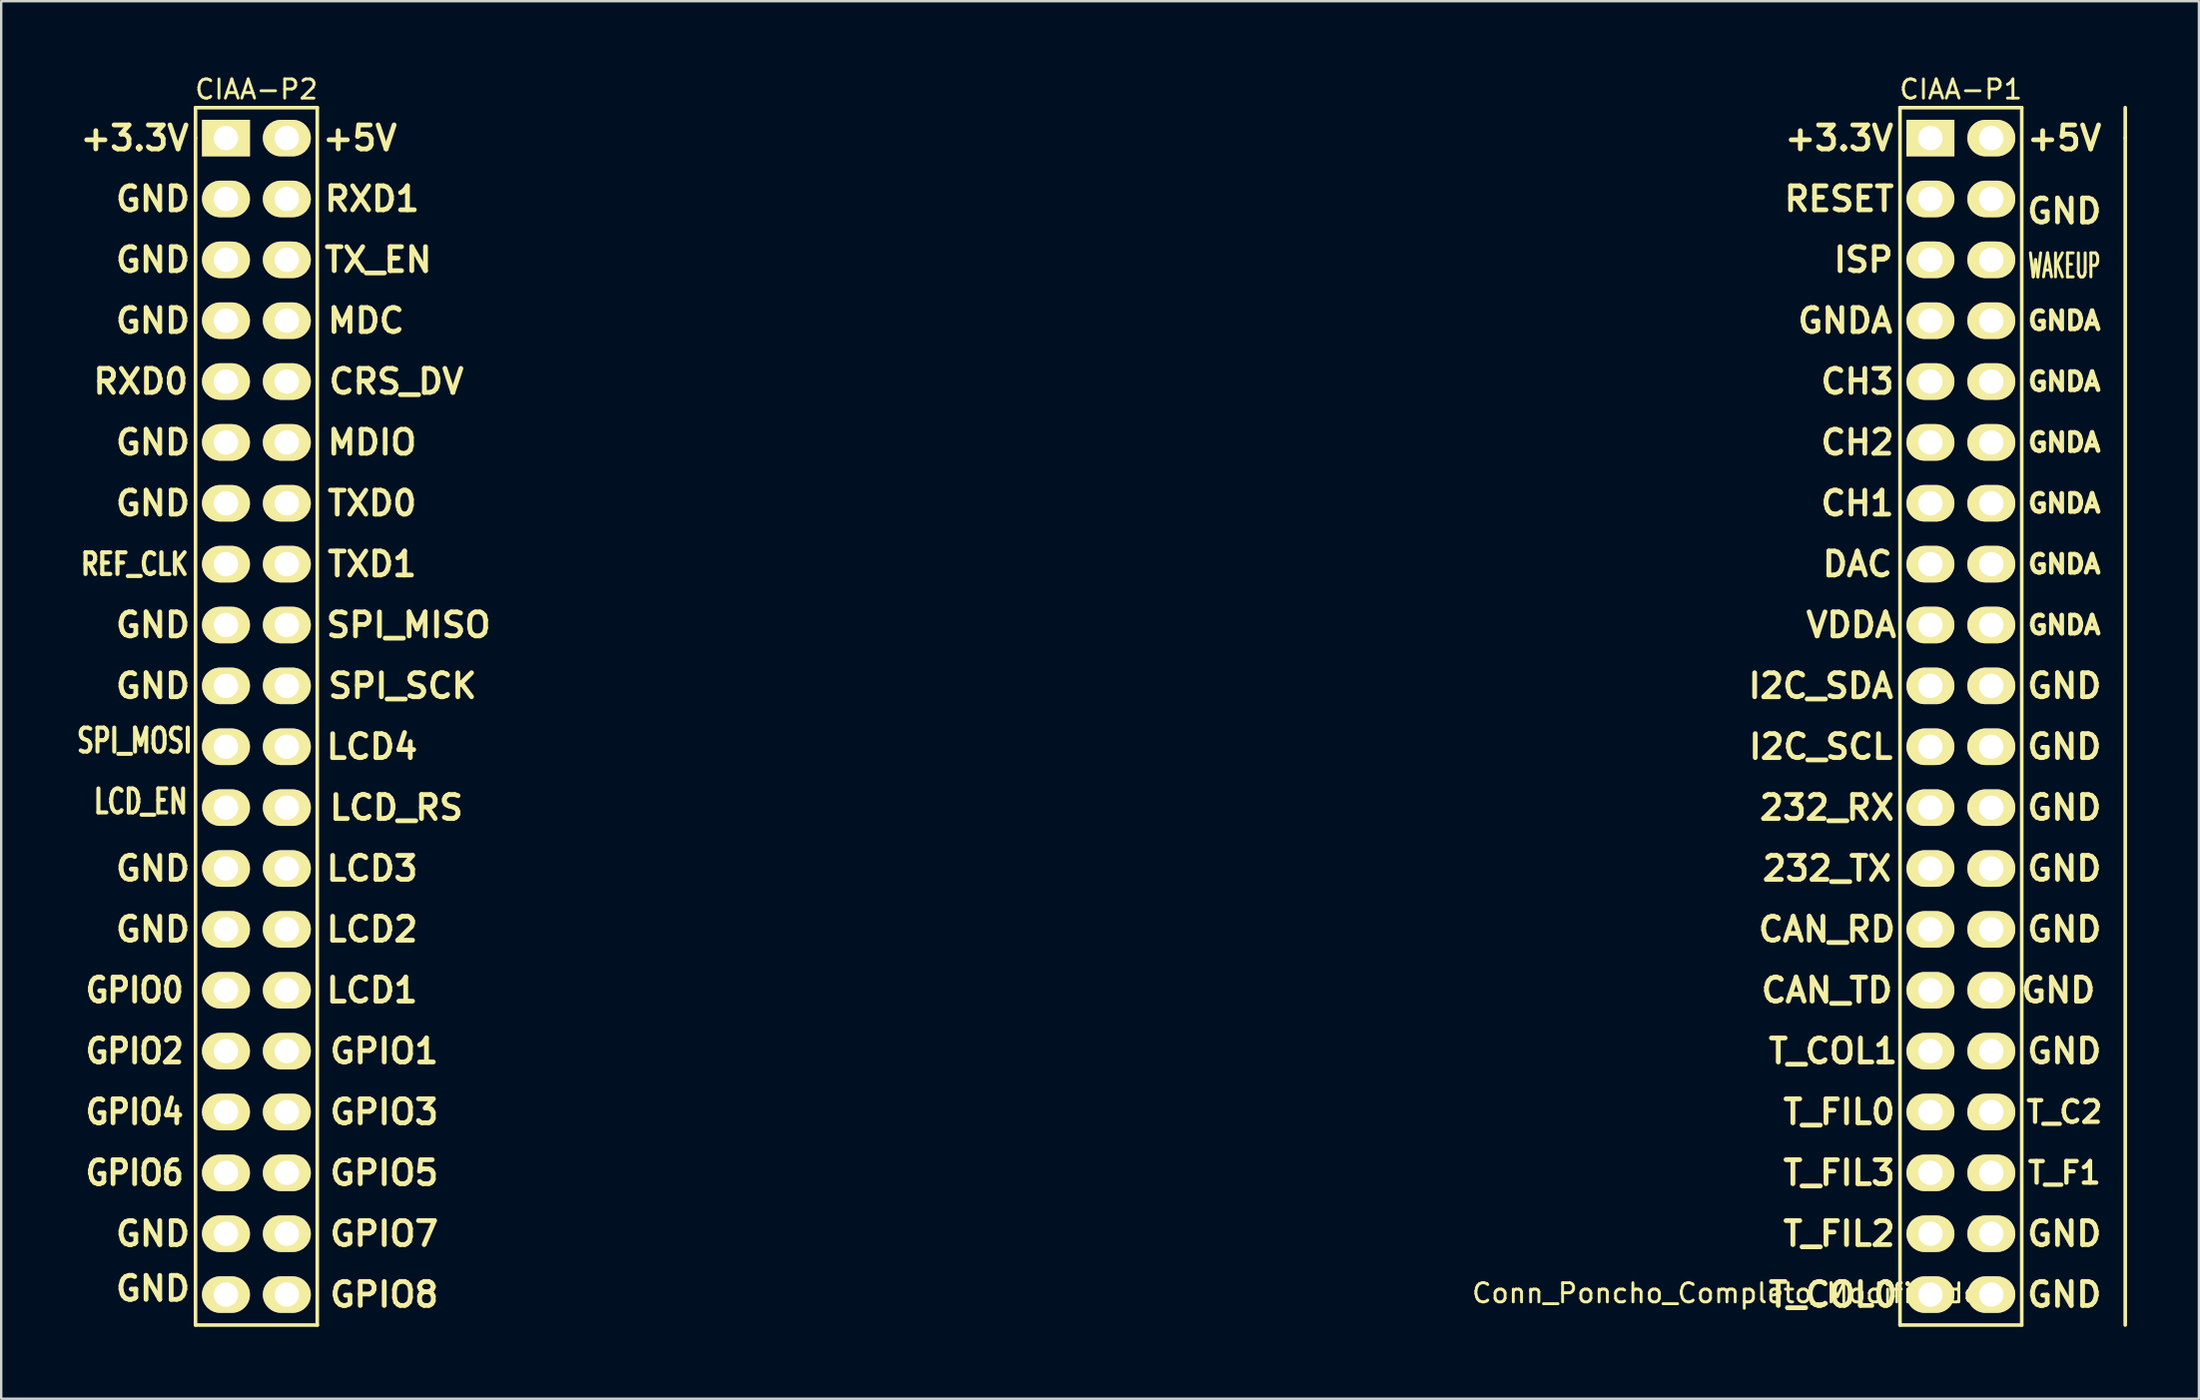
<source format=kicad_pcb>
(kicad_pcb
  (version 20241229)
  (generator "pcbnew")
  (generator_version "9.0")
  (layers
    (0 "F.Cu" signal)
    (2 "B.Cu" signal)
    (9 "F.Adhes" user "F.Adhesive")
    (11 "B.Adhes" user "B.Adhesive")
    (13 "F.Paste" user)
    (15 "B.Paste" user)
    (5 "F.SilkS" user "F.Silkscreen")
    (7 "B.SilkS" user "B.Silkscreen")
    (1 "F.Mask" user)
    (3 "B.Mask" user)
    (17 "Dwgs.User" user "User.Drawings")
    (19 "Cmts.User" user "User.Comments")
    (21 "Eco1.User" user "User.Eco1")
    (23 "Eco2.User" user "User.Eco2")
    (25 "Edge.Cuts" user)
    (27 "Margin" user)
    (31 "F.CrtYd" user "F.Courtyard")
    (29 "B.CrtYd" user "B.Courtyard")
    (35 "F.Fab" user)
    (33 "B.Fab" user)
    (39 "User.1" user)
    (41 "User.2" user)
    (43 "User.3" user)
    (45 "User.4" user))
  (footprint "Conn_Poncho_Completo_Modificado"
    (layer "F.Cu")
    (at 77.498 2.711)
    (property "Reference" "Conn_Poncho_Completo_Modificado" (at -8.51 48.2 0) (layer "F.SilkS") (effects (font (size 0.8 0.8) (thickness 0.12))))
    (attr through_hole)
    (fp_line (start -72.39 -1.27) (end -67.31 -1.27) (stroke (width 0.15) (type solid)) (layer "F.SilkS"))
    (fp_line (start -72.39 0) (end -72.39 -1.27) (stroke (width 0.15) (type solid)) (layer "F.SilkS"))
    (fp_line (start -72.39 49.53) (end -72.39 0) (stroke (width 0.15) (type solid)) (layer "F.SilkS"))
    (fp_line (start -67.31 -1.27) (end -67.31 49.53) (stroke (width 0.15) (type solid)) (layer "F.SilkS"))
    (fp_line (start -67.31 49.53) (end -72.39 49.53) (stroke (width 0.15) (type solid)) (layer "F.SilkS"))
    (fp_line (start -1.27 49.53) (end -1.27 -1.27) (stroke (width 0.15) (type solid)) (layer "F.SilkS"))
    (fp_line (start 3.81 -1.27) (end -1.27 -1.27) (stroke (width 0.15) (type solid)) (layer "F.SilkS"))
    (fp_line (start 3.81 49.53) (end -1.27 49.53) (stroke (width 0.15) (type solid)) (layer "F.SilkS"))
    (fp_line (start 3.81 49.53) (end 3.81 -1.27) (stroke (width 0.15) (type solid)) (layer "F.SilkS"))
    (fp_line (start 8.128 0) (end 8.128 -1.27) (stroke (width 0.15) (type solid)) (layer "F.SilkS"))
    (fp_line (start 8.128 0) (end 8.128 49.53) (stroke (width 0.15) (type solid)) (layer "F.SilkS"))
    (fp_text user "GNDA" (at 5.588 20.32 0) (layer "F.SilkS") (effects (font (size 0.76 0.76) (thickness 0.19))))
    (fp_text user "GPIO3" (at -64.516 40.64 0) (layer "F.SilkS") (effects (font (size 1 1) (thickness 0.2))))
    (fp_text user "LCD1" (at -65.024 35.56 0) (layer "F.SilkS") (effects (font (size 1 1) (thickness 0.2))))
    (fp_text user "GPIO0" (at -74.93 35.56 0) (layer "F.SilkS") (effects (font (size 1 0.9) (thickness 0.2))))
    (fp_text user "GNDA" (at 5.588 17.78 0) (layer "F.SilkS") (effects (font (size 0.76 0.76) (thickness 0.19))))
    (fp_text user "GND" (at 5.588 3.048 0) (layer "F.SilkS") (effects (font (size 1 1) (thickness 0.2))))
    (fp_text user "SPI_MISO" (at -63.5 20.32 0) (layer "F.SilkS") (effects (font (size 1 1) (thickness 0.2))))
    (fp_text user "GNDA" (at -3.556 7.62 0) (layer "F.SilkS") (effects (font (size 1 1) (thickness 0.2))))
    (fp_text user "+5V" (at 5.588 0 0) (layer "F.SilkS") (effects (font (size 1 1) (thickness 0.2))))
    (fp_text user "GPIO2" (at -74.93 38.1 0) (layer "F.SilkS") (effects (font (size 1 0.9) (thickness 0.2))))
    (fp_text user "GPIO7" (at -64.516 45.72 0) (layer "F.SilkS") (effects (font (size 1 1) (thickness 0.2))))
    (fp_text user "I2C_SDA" (at -4.572 22.86 0) (layer "F.SilkS") (effects (font (size 1 1) (thickness 0.2))))
    (fp_text user "RXD1" (at -65.024 2.54 0) (layer "F.SilkS") (effects (font (size 1 1) (thickness 0.2))))
    (fp_text user "T_FIL3" (at -3.81 43.18 0) (layer "F.SilkS") (effects (font (size 1 1) (thickness 0.2))))
    (fp_text user "GND" (at -74.168 45.72 0) (layer "F.SilkS") (effects (font (size 1 1) (thickness 0.2))))
    (fp_text user "REF_CLK" (at -74.93 17.78 0) (layer "F.SilkS") (effects (font (size 0.9 0.7) (thickness 0.175))))
    (fp_text user "GND" (at -74.168 33.02 0) (layer "F.SilkS") (effects (font (size 1 1) (thickness 0.2))))
    (fp_text user "LCD4" (at -65.024 25.4 0) (layer "F.SilkS") (effects (font (size 1 1) (thickness 0.2))))
    (fp_text user "GPIO6" (at -74.93 43.18 0) (layer "F.SilkS") (effects (font (size 1 0.9) (thickness 0.2))))
    (fp_text user "RXD0" (at -74.676 10.16 0) (layer "F.SilkS") (effects (font (size 1 1) (thickness 0.2))))
    (fp_text user "T_F1" (at 5.588 43.18 0) (layer "F.SilkS") (effects (font (size 0.9 0.9) (thickness 0.18))))
    (fp_text user "GND" (at 5.588 30.48 0) (layer "F.SilkS") (effects (font (size 1 1) (thickness 0.2))))
    (fp_text user "CAN_RD" (at -4.318 33.02 0) (layer "F.SilkS") (effects (font (size 1 1) (thickness 0.2))))
    (fp_text user "T_FIL0" (at -3.81 40.64 0) (layer "F.SilkS") (effects (font (size 1 1) (thickness 0.2))))
    (fp_text user "T_COL0" (at -4.064 48.26 0) (layer "F.SilkS") (effects (font (size 1 1) (thickness 0.2))))
    (fp_text user "GNDA" (at 5.588 12.7 0) (layer "F.SilkS") (effects (font (size 0.76 0.76) (thickness 0.19))))
    (fp_text user "RESET" (at -3.81 2.54 0) (layer "F.SilkS") (effects (font (size 1 1) (thickness 0.2))))
    (fp_text user "+3.3V" (at -3.81 0 0) (layer "F.SilkS") (effects (font (size 1 1) (thickness 0.2))))
    (fp_text user "232_RX" (at -4.318 27.94 0) (layer "F.SilkS") (effects (font (size 1 1) (thickness 0.2))))
    (fp_text user "GND" (at 5.334 35.56 0) (layer "F.SilkS") (effects (font (size 1 1) (thickness 0.2))))
    (fp_text user "+3.3V" (at -74.93 0 0) (layer "F.SilkS") (effects (font (size 1 1) (thickness 0.2))))
    (fp_text user "GND" (at 5.588 25.4 0) (layer "F.SilkS") (effects (font (size 1 1) (thickness 0.2))))
    (fp_text user "CRS_DV" (at -64.008 10.16 0) (layer "F.SilkS") (effects (font (size 1 1) (thickness 0.2))))
    (fp_text user "DAC" (at -3.048 17.78 0) (layer "F.SilkS") (effects (font (size 1 1) (thickness 0.2))))
    (fp_text user "T_FIL2" (at -3.81 45.72 0) (layer "F.SilkS") (effects (font (size 1 1) (thickness 0.2))))
    (fp_text user "232_TX" (at -4.318 30.48 0) (layer "F.SilkS") (effects (font (size 1 1) (thickness 0.2))))
    (fp_text user "GPIO5" (at -64.516 43.18 0) (layer "F.SilkS") (effects (font (size 1 1) (thickness 0.2))))
    (fp_text user "GND" (at 5.588 33.02 0) (layer "F.SilkS") (effects (font (size 1 1) (thickness 0.2))))
    (fp_text user "GPIO1" (at -64.516 38.1 0) (layer "F.SilkS") (effects (font (size 1 1) (thickness 0.2))))
    (fp_text user "ISP" (at -2.794 5.08 0) (layer "F.SilkS") (effects (font (size 1 1) (thickness 0.2))))
    (fp_text user "TXD0" (at -65.024 15.24 0) (layer "F.SilkS") (effects (font (size 1 1) (thickness 0.2))))
    (fp_text user "+5V" (at -65.532 0 0) (layer "F.SilkS") (effects (font (size 1 1) (thickness 0.2))))
    (fp_text user "GND" (at 5.588 27.94 0) (layer "F.SilkS") (effects (font (size 1 1) (thickness 0.2))))
    (fp_text user "GNDA" (at 5.588 15.24 0) (layer "F.SilkS") (effects (font (size 0.76 0.76) (thickness 0.19))))
    (fp_text user "CH2" (at -3.048 12.7 0) (layer "F.SilkS") (effects (font (size 1 1) (thickness 0.2))))
    (fp_text user "LCD_EN" (at -74.676 27.686 0) (layer "F.SilkS") (effects (font (size 1 0.7) (thickness 0.17))))
    (fp_text user "GND" (at 5.588 45.72 0) (layer "F.SilkS") (effects (font (size 1 1) (thickness 0.2))))
    (fp_text user "GNDA" (at 5.588 7.62 0) (layer "F.SilkS") (effects (font (size 0.76 0.76) (thickness 0.19))))
    (fp_text user "LCD_RS" (at -64.008 27.94 0) (layer "F.SilkS") (effects (font (size 1 1) (thickness 0.2))))
    (fp_text user "GND" (at -74.168 15.24 0) (layer "F.SilkS") (effects (font (size 1 1) (thickness 0.2))))
    (fp_text user "LCD2" (at -65.024 33.02 0) (layer "F.SilkS") (effects (font (size 1 1) (thickness 0.2))))
    (fp_text user "T_C2" (at 5.588 40.64 0) (layer "F.SilkS") (effects (font (size 0.9 0.9) (thickness 0.18))))
    (fp_text user "GND" (at -74.168 2.54 0) (layer "F.SilkS") (effects (font (size 1 1) (thickness 0.2))))
    (fp_text user "GND" (at -74.168 30.48 0) (layer "F.SilkS") (effects (font (size 1 1) (thickness 0.2))))
    (fp_text user "GND" (at -74.168 48.006 0) (layer "F.SilkS") (effects (font (size 1 1) (thickness 0.2))))
    (fp_text user "I2C_SCL" (at -4.572 25.4 0) (layer "F.SilkS") (effects (font (size 1 1) (thickness 0.2))))
    (fp_text user "T_COL1" (at -4.064 38.1 0) (layer "F.SilkS") (effects (font (size 1 1) (thickness 0.2))))
    (fp_text user "GNDA" (at 5.588 10.16 0) (layer "F.SilkS") (effects (font (size 0.76 0.76) (thickness 0.19))))
    (fp_text user "CIAA-P2" (at -69.85 -2.032 0) (layer "F.SilkS") (effects (font (size 0.8 0.8) (thickness 0.12))))
    (fp_text user "GPIO8" (at -64.516 48.26 0) (layer "F.SilkS") (effects (font (size 1 1) (thickness 0.2))))
    (fp_text user "VDDA" (at -3.302 20.32 0) (layer "F.SilkS") (effects (font (size 1 1) (thickness 0.2))))
    (fp_text user "MDIO" (at -65.024 12.7 0) (layer "F.SilkS") (effects (font (size 1 1) (thickness 0.2))))
    (fp_text user "GND" (at 5.588 38.1 0) (layer "F.SilkS") (effects (font (size 1 1) (thickness 0.2))))
    (fp_text user "GND" (at -74.168 12.7 0) (layer "F.SilkS") (effects (font (size 1 1) (thickness 0.2))))
    (fp_text user "MDC" (at -65.278 7.62 0) (layer "F.SilkS") (effects (font (size 1 1) (thickness 0.2))))
    (fp_text user "TXD1" (at -65.024 17.78 0) (layer "F.SilkS") (effects (font (size 1 1) (thickness 0.2))))
    (fp_text user "GND" (at -74.168 7.62 0) (layer "F.SilkS") (effects (font (size 1 1) (thickness 0.2))))
    (fp_text user "CAN_TD" (at -4.318 35.56 0) (layer "F.SilkS") (effects (font (size 1 1) (thickness 0.2))))
    (fp_text user "GPIO4" (at -74.93 40.64 0) (layer "F.SilkS") (effects (font (size 1 0.9) (thickness 0.2))))
    (fp_text user "CH3" (at -3.048 10.16 0) (layer "F.SilkS") (effects (font (size 1 1) (thickness 0.2))))
    (fp_text user "GND" (at 5.588 22.86 0) (layer "F.SilkS") (effects (font (size 1 1) (thickness 0.2))))
    (fp_text user "GND" (at -74.168 5.08 0) (layer "F.SilkS") (effects (font (size 1 1) (thickness 0.2))))
    (fp_text user "SPI_MOSI" (at -74.93 25.146 0) (layer "F.SilkS") (effects (font (size 1 0.7) (thickness 0.17))))
    (fp_text user "CIAA-P1" (at 1.27 -2.032 0) (layer "F.SilkS") (effects (font (size 0.8 0.8) (thickness 0.12))))
    (fp_text user "TX_EN" (at -64.77 5.08 0) (layer "F.SilkS") (effects (font (size 1 1) (thickness 0.2))))
    (fp_text user "SPI_SCK" (at -63.754 22.86 0) (layer "F.SilkS") (effects (font (size 1 1) (thickness 0.2))))
    (fp_text user "GND" (at -74.168 20.32 0) (layer "F.SilkS") (effects (font (size 1 1) (thickness 0.2))))
    (fp_text user "CH1" (at -3.048 15.24 0) (layer "F.SilkS") (effects (font (size 1 1) (thickness 0.2))))
    (fp_text user "GND" (at -74.168 22.86 0) (layer "F.SilkS") (effects (font (size 1 1) (thickness 0.2))))
    (fp_text user "WAKEUP" (at 5.588 5.334 0) (layer "F.SilkS") (effects (font (size 1 0.5) (thickness 0.125))))
    (fp_text user "GND" (at 5.588 48.26 0) (layer "F.SilkS") (effects (font (size 1 1) (thickness 0.2))))
    (fp_text user "LCD3" (at -65.024 30.48 0) (layer "F.SilkS") (effects (font (size 1 1) (thickness 0.2))))
    (pad "1" thru_hole rect (at 0 0 270) (size 1.524 2) (drill 1.016) (layers "*.Cu" "*.Mask" "F.SilkS"))
    (pad "2" thru_hole oval (at 2.54 0 270) (size 1.524 2) (drill 1.016) (layers "*.Cu" "*.Mask" "F.SilkS"))
    (pad "3" thru_hole oval (at 0 2.54 270) (size 1.524 2) (drill 1.016) (layers "*.Cu" "*.Mask" "F.SilkS"))
    (pad "4" thru_hole oval (at 2.54 2.54 270) (size 1.524 2) (drill 1.016) (layers "*.Cu" "*.Mask" "F.SilkS"))
    (pad "5" thru_hole oval (at 0 5.08 270) (size 1.524 2) (drill 1.016) (layers "*.Cu" "*.Mask" "F.SilkS"))
    (pad "6" thru_hole oval (at 2.54 5.08 270) (size 1.524 2) (drill 1.016) (layers "*.Cu" "*.Mask" "F.SilkS"))
    (pad "7" thru_hole oval (at 0 7.62 270) (size 1.524 2) (drill 1.016) (layers "*.Cu" "*.Mask" "F.SilkS"))
    (pad "8" thru_hole oval (at 2.54 7.62 270) (size 1.524 2) (drill 1.016) (layers "*.Cu" "*.Mask" "F.SilkS"))
    (pad "9" thru_hole oval (at 0 10.16 270) (size 1.524 2) (drill 1.016) (layers "*.Cu" "*.Mask" "F.SilkS"))
    (pad "10" thru_hole oval (at 2.54 10.16 270) (size 1.524 2) (drill 1.016) (layers "*.Cu" "*.Mask" "F.SilkS"))
    (pad "11" thru_hole oval (at 0 12.7 270) (size 1.524 2) (drill 1.016) (layers "*.Cu" "*.Mask" "F.SilkS"))
    (pad "12" thru_hole oval (at 2.54 12.7 270) (size 1.524 2) (drill 1.016) (layers "*.Cu" "*.Mask" "F.SilkS"))
    (pad "13" thru_hole oval (at 0 15.24 270) (size 1.524 2) (drill 1.016) (layers "*.Cu" "*.Mask" "F.SilkS"))
    (pad "14" thru_hole oval (at 2.54 15.24 270) (size 1.524 2) (drill 1.016) (layers "*.Cu" "*.Mask" "F.SilkS"))
    (pad "15" thru_hole oval (at 0 17.78 270) (size 1.524 2) (drill 1.016) (layers "*.Cu" "*.Mask" "F.SilkS"))
    (pad "16" thru_hole oval (at 2.54 17.78 270) (size 1.524 2) (drill 1.016) (layers "*.Cu" "*.Mask" "F.SilkS"))
    (pad "17" thru_hole oval (at 0 20.32 270) (size 1.524 2) (drill 1.016) (layers "*.Cu" "*.Mask" "F.SilkS"))
    (pad "18" thru_hole oval (at 2.54 20.32 270) (size 1.524 2) (drill 1.016) (layers "*.Cu" "*.Mask" "F.SilkS"))
    (pad "19" thru_hole oval (at 0 22.86 270) (size 1.524 2) (drill 1.016) (layers "*.Cu" "*.Mask" "F.SilkS"))
    (pad "20" thru_hole oval (at 2.54 22.86 270) (size 1.524 2) (drill 1.016) (layers "*.Cu" "*.Mask" "F.SilkS"))
    (pad "21" thru_hole oval (at 0 25.4 270) (size 1.524 2) (drill 1.016) (layers "*.Cu" "*.Mask" "F.SilkS"))
    (pad "22" thru_hole oval (at 2.54 25.4 270) (size 1.524 2) (drill 1.016) (layers "*.Cu" "*.Mask" "F.SilkS"))
    (pad "23" thru_hole oval (at 0 27.94 270) (size 1.524 2) (drill 1.016) (layers "*.Cu" "*.Mask" "F.SilkS"))
    (pad "24" thru_hole oval (at 2.54 27.94 270) (size 1.524 2) (drill 1.016) (layers "*.Cu" "*.Mask" "F.SilkS"))
    (pad "25" thru_hole oval (at 0 30.48 270) (size 1.524 2) (drill 1.016) (layers "*.Cu" "*.Mask" "F.SilkS"))
    (pad "26" thru_hole oval (at 2.54 30.48 270) (size 1.524 2) (drill 1.016) (layers "*.Cu" "*.Mask" "F.SilkS"))
    (pad "27" thru_hole oval (at 0 33.02 270) (size 1.524 2) (drill 1.016) (layers "*.Cu" "*.Mask" "F.SilkS"))
    (pad "28" thru_hole oval (at 2.54 33.02 270) (size 1.524 2) (drill 1.016) (layers "*.Cu" "*.Mask" "F.SilkS"))
    (pad "29" thru_hole oval (at 0 35.56 270) (size 1.524 2) (drill 1.016) (layers "*.Cu" "*.Mask" "F.SilkS"))
    (pad "30" thru_hole oval (at 2.54 35.56 270) (size 1.524 2) (drill 1.016) (layers "*.Cu" "*.Mask" "F.SilkS"))
    (pad "31" thru_hole oval (at 0 38.1 270) (size 1.524 2) (drill 1.016) (layers "*.Cu" "*.Mask" "F.SilkS"))
    (pad "32" thru_hole oval (at 2.54 38.1 270) (size 1.524 2) (drill 1.016) (layers "*.Cu" "*.Mask" "F.SilkS"))
    (pad "33" thru_hole oval (at 0 40.64 270) (size 1.524 2) (drill 1.016) (layers "*.Cu" "*.Mask" "F.SilkS"))
    (pad "34" thru_hole oval (at 2.54 40.64 270) (size 1.524 2) (drill 1.016) (layers "*.Cu" "*.Mask" "F.SilkS"))
    (pad "35" thru_hole oval (at 0 43.18 270) (size 1.524 2) (drill 1.016) (layers "*.Cu" "*.Mask" "F.SilkS"))
    (pad "36" thru_hole oval (at 2.54 43.18 270) (size 1.524 2) (drill 1.016) (layers "*.Cu" "*.Mask" "F.SilkS"))
    (pad "37" thru_hole oval (at 0 45.72 270) (size 1.524 2) (drill 1.016) (layers "*.Cu" "*.Mask" "F.SilkS"))
    (pad "38" thru_hole oval (at 2.54 45.72 270) (size 1.524 2) (drill 1.016) (layers "*.Cu" "*.Mask" "F.SilkS"))
    (pad "39" thru_hole oval (at 0 48.26 270) (size 1.524 2) (drill 1.016) (layers "*.Cu" "*.Mask" "F.SilkS"))
    (pad "40" thru_hole oval (at 2.54 48.26 270) (size 1.524 2) (drill 1.016) (layers "*.Cu" "*.Mask" "F.SilkS"))
    (pad "41" thru_hole rect (at -71.12 0 270) (size 1.524 2) (drill 1.016) (layers "*.Cu" "*.Mask" "F.SilkS"))
    (pad "42" thru_hole oval (at -68.58 0 270) (size 1.524 2) (drill 1.016) (layers "*.Cu" "*.Mask" "F.SilkS"))
    (pad "43" thru_hole oval (at -71.12 2.54 270) (size 1.524 2) (drill 1.016) (layers "*.Cu" "*.Mask" "F.SilkS"))
    (pad "44" thru_hole oval (at -68.58 2.54 270) (size 1.524 2) (drill 1.016) (layers "*.Cu" "*.Mask" "F.SilkS"))
    (pad "45" thru_hole oval (at -71.12 5.08 270) (size 1.524 2) (drill 1.016) (layers "*.Cu" "*.Mask" "F.SilkS"))
    (pad "46" thru_hole oval (at -68.58 5.08 270) (size 1.524 2) (drill 1.016) (layers "*.Cu" "*.Mask" "F.SilkS"))
    (pad "47" thru_hole oval (at -71.12 7.62 270) (size 1.524 2) (drill 1.016) (layers "*.Cu" "*.Mask" "F.SilkS"))
    (pad "48" thru_hole oval (at -68.58 7.62 270) (size 1.524 2) (drill 1.016) (layers "*.Cu" "*.Mask" "F.SilkS"))
    (pad "49" thru_hole oval (at -71.12 10.16 270) (size 1.524 2) (drill 1.016) (layers "*.Cu" "*.Mask" "F.SilkS"))
    (pad "50" thru_hole oval (at -68.58 10.16 270) (size 1.524 2) (drill 1.016) (layers "*.Cu" "*.Mask" "F.SilkS"))
    (pad "51" thru_hole oval (at -71.12 12.7 270) (size 1.524 2) (drill 1.016) (layers "*.Cu" "*.Mask" "F.SilkS"))
    (pad "52" thru_hole oval (at -68.58 12.7 270) (size 1.524 2) (drill 1.016) (layers "*.Cu" "*.Mask" "F.SilkS"))
    (pad "53" thru_hole oval (at -71.12 15.24 270) (size 1.524 2) (drill 1.016) (layers "*.Cu" "*.Mask" "F.SilkS"))
    (pad "54" thru_hole oval (at -68.58 15.24 270) (size 1.524 2) (drill 1.016) (layers "*.Cu" "*.Mask" "F.SilkS"))
    (pad "55" thru_hole oval (at -71.12 17.78 270) (size 1.524 2) (drill 1.016) (layers "*.Cu" "*.Mask" "F.SilkS"))
    (pad "56" thru_hole oval (at -68.58 17.78 270) (size 1.524 2) (drill 1.016) (layers "*.Cu" "*.Mask" "F.SilkS"))
    (pad "57" thru_hole oval (at -71.12 20.32 270) (size 1.524 2) (drill 1.016) (layers "*.Cu" "*.Mask" "F.SilkS"))
    (pad "58" thru_hole oval (at -68.58 20.32 270) (size 1.524 2) (drill 1.016) (layers "*.Cu" "*.Mask" "F.SilkS"))
    (pad "59" thru_hole oval (at -71.12 22.86 270) (size 1.524 2) (drill 1.016) (layers "*.Cu" "*.Mask" "F.SilkS"))
    (pad "60" thru_hole oval (at -68.58 22.86 270) (size 1.524 2) (drill 1.016) (layers "*.Cu" "*.Mask" "F.SilkS"))
    (pad "61" thru_hole oval (at -71.12 25.4 270) (size 1.524 2) (drill 1.016) (layers "*.Cu" "*.Mask" "F.SilkS"))
    (pad "62" thru_hole oval (at -68.58 25.4 270) (size 1.524 2) (drill 1.016) (layers "*.Cu" "*.Mask" "F.SilkS"))
    (pad "63" thru_hole oval (at -71.12 27.94 270) (size 1.524 2) (drill 1.016) (layers "*.Cu" "*.Mask" "F.SilkS"))
    (pad "64" thru_hole oval (at -68.58 27.94 270) (size 1.524 2) (drill 1.016) (layers "*.Cu" "*.Mask" "F.SilkS"))
    (pad "65" thru_hole oval (at -71.12 30.48 270) (size 1.524 2) (drill 1.016) (layers "*.Cu" "*.Mask" "F.SilkS"))
    (pad "66" thru_hole oval (at -68.58 30.48 270) (size 1.524 2) (drill 1.016) (layers "*.Cu" "*.Mask" "F.SilkS"))
    (pad "67" thru_hole oval (at -71.12 33.02 270) (size 1.524 2) (drill 1.016) (layers "*.Cu" "*.Mask" "F.SilkS"))
    (pad "68" thru_hole oval (at -68.58 33.02 270) (size 1.524 2) (drill 1.016) (layers "*.Cu" "*.Mask" "F.SilkS"))
    (pad "69" thru_hole oval (at -71.12 35.56 270) (size 1.524 2) (drill 1.016) (layers "*.Cu" "*.Mask" "F.SilkS"))
    (pad "70" thru_hole oval (at -68.58 35.56 270) (size 1.524 2) (drill 1.016) (layers "*.Cu" "*.Mask" "F.SilkS"))
    (pad "71" thru_hole oval (at -71.12 38.1 270) (size 1.524 2) (drill 1.016) (layers "*.Cu" "*.Mask" "F.SilkS"))
    (pad "72" thru_hole oval (at -68.58 38.1 270) (size 1.524 2) (drill 1.016) (layers "*.Cu" "*.Mask" "F.SilkS"))
    (pad "73" thru_hole oval (at -71.12 40.64 270) (size 1.524 2) (drill 1.016) (layers "*.Cu" "*.Mask" "F.SilkS"))
    (pad "74" thru_hole oval (at -68.58 40.64 270) (size 1.524 2) (drill 1.016) (layers "*.Cu" "*.Mask" "F.SilkS"))
    (pad "75" thru_hole oval (at -71.12 43.18 270) (size 1.524 2) (drill 1.016) (layers "*.Cu" "*.Mask" "F.SilkS"))
    (pad "76" thru_hole oval (at -68.58 43.18 270) (size 1.524 2) (drill 1.016) (layers "*.Cu" "*.Mask" "F.SilkS"))
    (pad "77" thru_hole oval (at -71.12 45.72 270) (size 1.524 2) (drill 1.016) (layers "*.Cu" "*.Mask" "F.SilkS"))
    (pad "78" thru_hole oval (at -68.58 45.72 270) (size 1.524 2) (drill 1.016) (layers "*.Cu" "*.Mask" "F.SilkS"))
    (pad "79" thru_hole oval (at -71.12 48.26 270) (size 1.524 2) (drill 1.016) (layers "*.Cu" "*.Mask" "F.SilkS"))
    (pad "80" thru_hole oval (at -68.58 48.26 270) (size 1.524 2) (drill 1.016) (layers "*.Cu" "*.Mask" "F.SilkS")))
  (gr_rect
    (start -3 -3)
    (end 88.701 55.316)
    (stroke (width 0.1) (type default))
    (fill no)
    (layer "Edge.Cuts")))
</source>
